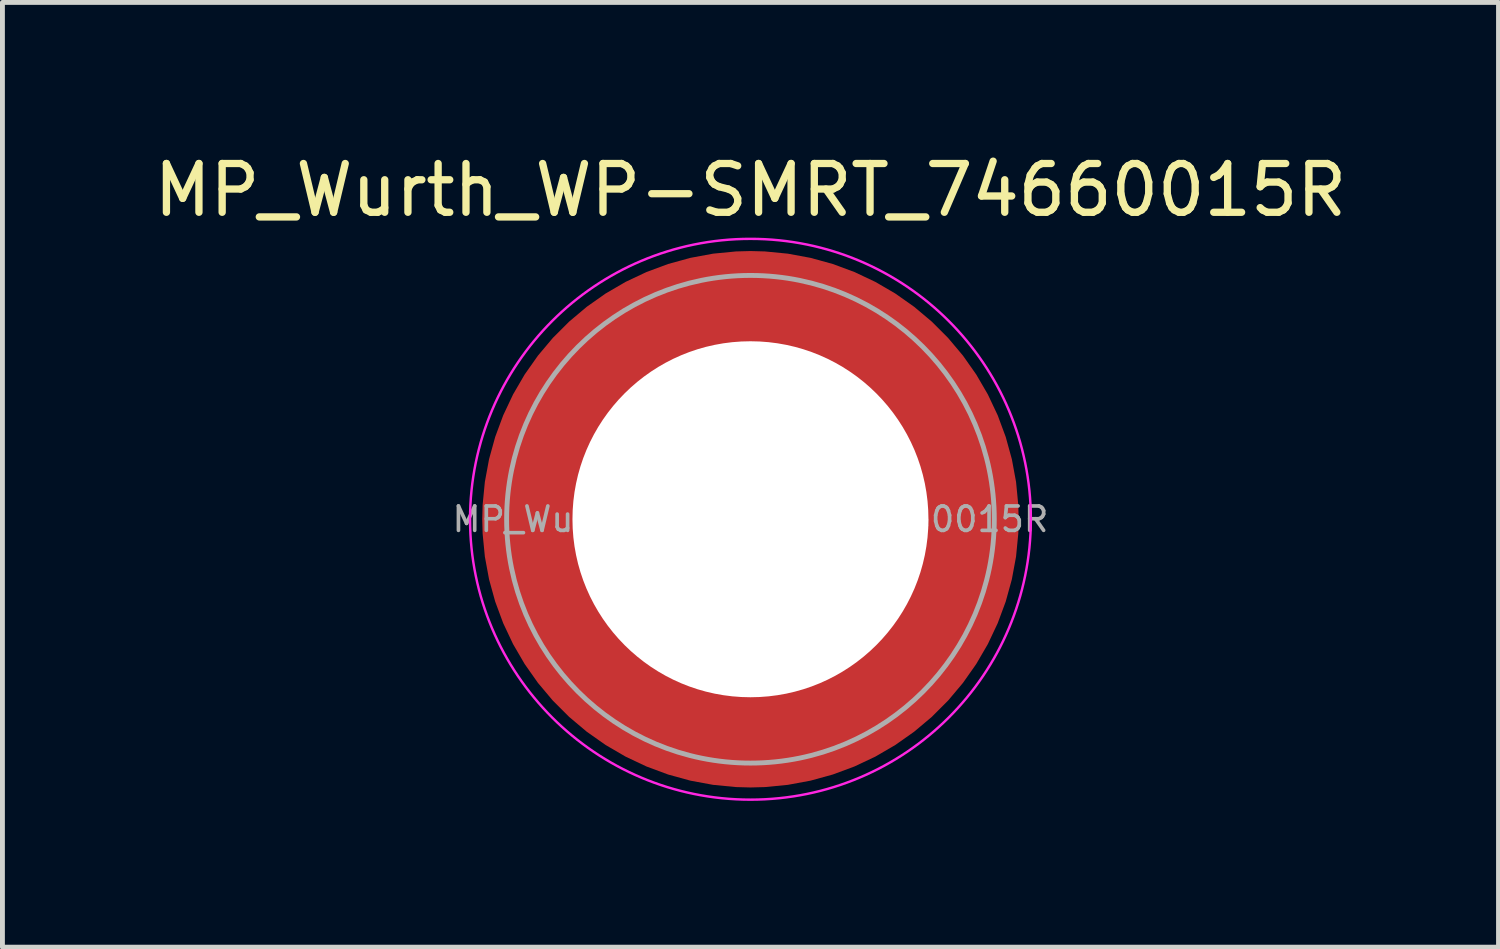
<source format=kicad_pcb>
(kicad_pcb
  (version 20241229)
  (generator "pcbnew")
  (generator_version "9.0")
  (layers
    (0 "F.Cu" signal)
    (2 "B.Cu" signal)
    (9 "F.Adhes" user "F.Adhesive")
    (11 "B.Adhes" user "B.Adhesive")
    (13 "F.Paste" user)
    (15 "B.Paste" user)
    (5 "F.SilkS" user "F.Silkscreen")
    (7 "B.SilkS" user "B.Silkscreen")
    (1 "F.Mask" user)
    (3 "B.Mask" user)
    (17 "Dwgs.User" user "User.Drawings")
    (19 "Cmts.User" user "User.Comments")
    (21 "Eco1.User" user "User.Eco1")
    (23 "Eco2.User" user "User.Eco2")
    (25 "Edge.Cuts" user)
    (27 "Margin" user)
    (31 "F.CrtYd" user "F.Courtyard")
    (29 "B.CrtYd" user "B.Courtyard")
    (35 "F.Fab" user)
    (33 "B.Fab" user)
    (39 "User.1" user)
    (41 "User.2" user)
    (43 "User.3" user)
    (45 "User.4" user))
  (footprint "MP_Wurth_WP-SMRT_74660015R"
    (layer "F.Cu")
    (at 12.339 7.598)
    (property "Reference" "MP_Wurth_WP-SMRT_74660015R" (at 0 -6.75 0) (unlocked yes) (layer "F.SilkS") (effects (font (size 1 1) (thickness 0.15))))
    (attr smd)
    (fp_poly (pts (xy -5.374 0.495) (xy -3.712 0.495) (xy -3.706 0.54) (xy -3.698 0.587) (xy -3.679 0.701) (xy -3.666 0.761) (xy -3.645 0.859) (xy -3.621 0.955) (xy -3.581 1.094) (xy -3.554 1.179) (xy -3.525 1.264) (xy -3.486 1.367) (xy -3.442 1.474) (xy -3.404 1.559) (xy -3.355 1.665) (xy -3.317 1.739) (xy -3.28 1.807) (xy -3.239 1.881) (xy -3.202 1.943) (xy -3.15 2.025) (xy -3.1 2.1) (xy -3.057 2.164) (xy -3.009 2.228) (xy -3.009 2.228) (xy -2.974 2.277) (xy -2.928 2.336) (xy -2.881 2.392) (xy -2.832 2.451) (xy -2.781 2.507) (xy -2.735 2.559) (xy -2.685 2.61) (xy -2.629 2.665) (xy -2.563 2.731) (xy -2.498 2.789) (xy -2.431 2.849) (xy -2.363 2.905) (xy -2.295 2.96) (xy -2.249 2.994) (xy -2.184 3.042) (xy -2.075 3.118) (xy -2.005 3.162) (xy -2.005 3.162) (xy -1.946 3.201) (xy -1.869 3.245) (xy -1.752 3.31) (xy -1.596 3.386) (xy -1.406 3.472) (xy -1.17 3.557) (xy -0.924 3.63) (xy -0.71 3.677) (xy -0.614 3.694) (xy -0.495 3.712) (xy -0.495 5.381) (xy -0.527 5.38) (xy -0.528 5.38) (xy -0.578 5.374) (xy -0.634 5.367) (xy -0.685 5.361) (xy -0.739 5.354) (xy -0.785 5.348) (xy -0.785 5.348) (xy -0.962 5.318) (xy -0.962 5.318) (xy -1.127 5.286) (xy -1.127 5.286) (xy -1.266 5.254) (xy -1.41 5.218) (xy -1.41 5.218) (xy -1.523 5.186) (xy -1.524 5.186) (xy -1.769 5.107) (xy -1.769 5.107) (xy -1.878 5.068) (xy -1.979 5.03) (xy -1.979 5.03) (xy -2.095 4.983) (xy -2.095 4.983) (xy -2.19 4.94) (xy -2.304 4.891) (xy -2.304 4.89) (xy -2.592 4.743) (xy -2.593 4.743) (xy -2.748 4.652) (xy -2.902 4.559) (xy -2.902 4.559) (xy -3.098 4.43) (xy -3.098 4.43) (xy -3.513 4.104) (xy -3.513 4.104) (xy -3.72 3.923) (xy -3.721 3.922) (xy -4.008 3.627) (xy -4.008 3.627) (xy -4.192 3.411) (xy -4.192 3.411) (xy -4.38 3.172) (xy -4.38 3.172) (xy -4.602 2.839) (xy -4.602 2.838) (xy -4.778 2.531) (xy -4.778 2.531) (xy -4.905 2.271) (xy -4.906 2.271) (xy -5.048 1.942) (xy -5.048 1.942) (xy -5.146 1.662) (xy -5.146 1.661) (xy -5.221 1.405) (xy -5.221 1.405) (xy -5.263 1.233) (xy -5.263 1.233) (xy -5.292 1.1) (xy -5.292 1.1) (xy -5.322 0.945) (xy -5.343 0.834) (xy -5.343 0.834) (xy -5.355 0.725) (xy -5.371 0.616) (xy -5.371 0.615) (xy -5.378 0.537) (xy -5.383 0.49)) (stroke (width 0) (type default)) (fill yes) (layer "F.Paste"))
    (fp_poly (pts (xy -0.495 -5.374) (xy -0.495 -3.712) (xy -0.54 -3.706) (xy -0.587 -3.698) (xy -0.701 -3.679) (xy -0.761 -3.666) (xy -0.859 -3.645) (xy -0.955 -3.621) (xy -1.094 -3.581) (xy -1.179 -3.554) (xy -1.264 -3.525) (xy -1.367 -3.486) (xy -1.474 -3.442) (xy -1.559 -3.404) (xy -1.665 -3.355) (xy -1.739 -3.317) (xy -1.807 -3.28) (xy -1.881 -3.239) (xy -1.943 -3.202) (xy -2.025 -3.15) (xy -2.1 -3.1) (xy -2.164 -3.057) (xy -2.228 -3.009) (xy -2.228 -3.009) (xy -2.277 -2.974) (xy -2.336 -2.928) (xy -2.392 -2.881) (xy -2.451 -2.832) (xy -2.507 -2.781) (xy -2.559 -2.735) (xy -2.61 -2.685) (xy -2.665 -2.629) (xy -2.731 -2.563) (xy -2.789 -2.498) (xy -2.849 -2.431) (xy -2.905 -2.363) (xy -2.96 -2.295) (xy -2.994 -2.249) (xy -3.042 -2.184) (xy -3.118 -2.075) (xy -3.162 -2.005) (xy -3.162 -2.005) (xy -3.201 -1.946) (xy -3.245 -1.869) (xy -3.31 -1.752) (xy -3.386 -1.596) (xy -3.472 -1.406) (xy -3.557 -1.17) (xy -3.63 -0.924) (xy -3.677 -0.71) (xy -3.694 -0.614) (xy -3.712 -0.495) (xy -5.381 -0.495) (xy -5.38 -0.527) (xy -5.38 -0.528) (xy -5.374 -0.578) (xy -5.367 -0.634) (xy -5.361 -0.685) (xy -5.354 -0.739) (xy -5.348 -0.785) (xy -5.348 -0.785) (xy -5.318 -0.962) (xy -5.318 -0.962) (xy -5.286 -1.127) (xy -5.286 -1.127) (xy -5.254 -1.266) (xy -5.218 -1.41) (xy -5.218 -1.41) (xy -5.186 -1.523) (xy -5.186 -1.524) (xy -5.107 -1.769) (xy -5.107 -1.769) (xy -5.068 -1.878) (xy -5.03 -1.979) (xy -5.03 -1.979) (xy -4.983 -2.095) (xy -4.983 -2.095) (xy -4.94 -2.19) (xy -4.891 -2.304) (xy -4.89 -2.304) (xy -4.743 -2.592) (xy -4.743 -2.593) (xy -4.652 -2.748) (xy -4.559 -2.902) (xy -4.559 -2.902) (xy -4.43 -3.098) (xy -4.43 -3.098) (xy -4.104 -3.513) (xy -4.104 -3.513) (xy -3.923 -3.72) (xy -3.922 -3.721) (xy -3.627 -4.008) (xy -3.627 -4.008) (xy -3.411 -4.192) (xy -3.411 -4.192) (xy -3.172 -4.38) (xy -3.172 -4.38) (xy -2.839 -4.602) (xy -2.838 -4.602) (xy -2.531 -4.778) (xy -2.531 -4.778) (xy -2.271 -4.905) (xy -2.271 -4.906) (xy -1.942 -5.048) (xy -1.942 -5.048) (xy -1.662 -5.146) (xy -1.661 -5.146) (xy -1.405 -5.221) (xy -1.405 -5.221) (xy -1.233 -5.263) (xy -1.233 -5.263) (xy -1.1 -5.292) (xy -1.1 -5.292) (xy -0.945 -5.322) (xy -0.834 -5.343) (xy -0.834 -5.343) (xy -0.725 -5.355) (xy -0.616 -5.371) (xy -0.615 -5.371) (xy -0.537 -5.378) (xy -0.49 -5.383)) (stroke (width 0) (type default)) (fill yes) (layer "F.Paste"))
    (fp_poly (pts (xy 0.527 -5.38) (xy 0.528 -5.38) (xy 0.578 -5.374) (xy 0.634 -5.367) (xy 0.685 -5.361) (xy 0.739 -5.354) (xy 0.785 -5.348) (xy 0.785 -5.348) (xy 0.962 -5.318) (xy 0.962 -5.318) (xy 1.127 -5.286) (xy 1.127 -5.286) (xy 1.266 -5.254) (xy 1.41 -5.218) (xy 1.41 -5.218) (xy 1.523 -5.186) (xy 1.524 -5.186) (xy 1.769 -5.107) (xy 1.769 -5.107) (xy 1.878 -5.068) (xy 1.979 -5.03) (xy 1.979 -5.03) (xy 2.095 -4.983) (xy 2.095 -4.983) (xy 2.19 -4.94) (xy 2.304 -4.891) (xy 2.304 -4.89) (xy 2.592 -4.743) (xy 2.593 -4.743) (xy 2.748 -4.652) (xy 2.902 -4.559) (xy 2.902 -4.559) (xy 3.098 -4.43) (xy 3.098 -4.43) (xy 3.513 -4.104) (xy 3.513 -4.104) (xy 3.72 -3.923) (xy 3.721 -3.922) (xy 4.008 -3.627) (xy 4.008 -3.627) (xy 4.192 -3.411) (xy 4.192 -3.411) (xy 4.38 -3.172) (xy 4.38 -3.172) (xy 4.602 -2.839) (xy 4.602 -2.838) (xy 4.778 -2.531) (xy 4.778 -2.531) (xy 4.905 -2.271) (xy 4.906 -2.271) (xy 5.048 -1.942) (xy 5.048 -1.942) (xy 5.146 -1.662) (xy 5.146 -1.661) (xy 5.221 -1.405) (xy 5.221 -1.405) (xy 5.263 -1.233) (xy 5.263 -1.233) (xy 5.292 -1.1) (xy 5.292 -1.1) (xy 5.322 -0.945) (xy 5.343 -0.834) (xy 5.343 -0.834) (xy 5.355 -0.725) (xy 5.371 -0.616) (xy 5.371 -0.615) (xy 5.378 -0.537) (xy 5.383 -0.49) (xy 5.374 -0.495) (xy 3.712 -0.495) (xy 3.706 -0.54) (xy 3.698 -0.587) (xy 3.679 -0.701) (xy 3.666 -0.761) (xy 3.645 -0.859) (xy 3.621 -0.955) (xy 3.581 -1.094) (xy 3.554 -1.179) (xy 3.525 -1.264) (xy 3.486 -1.367) (xy 3.442 -1.474) (xy 3.404 -1.559) (xy 3.355 -1.665) (xy 3.317 -1.739) (xy 3.28 -1.807) (xy 3.239 -1.881) (xy 3.202 -1.943) (xy 3.15 -2.025) (xy 3.1 -2.1) (xy 3.057 -2.164) (xy 3.009 -2.228) (xy 3.009 -2.228) (xy 2.974 -2.277) (xy 2.928 -2.336) (xy 2.881 -2.392) (xy 2.832 -2.451) (xy 2.781 -2.507) (xy 2.735 -2.559) (xy 2.685 -2.61) (xy 2.629 -2.665) (xy 2.563 -2.731) (xy 2.498 -2.789) (xy 2.431 -2.849) (xy 2.363 -2.905) (xy 2.295 -2.96) (xy 2.249 -2.994) (xy 2.184 -3.042) (xy 2.075 -3.118) (xy 2.005 -3.162) (xy 2.005 -3.162) (xy 1.946 -3.201) (xy 1.869 -3.245) (xy 1.752 -3.31) (xy 1.596 -3.386) (xy 1.406 -3.472) (xy 1.17 -3.557) (xy 0.924 -3.63) (xy 0.71 -3.677) (xy 0.614 -3.694) (xy 0.495 -3.712) (xy 0.495 -5.381)) (stroke (width 0) (type default)) (fill yes) (layer "F.Paste"))
    (fp_poly (pts (xy 5.38 0.527) (xy 5.38 0.528) (xy 5.374 0.578) (xy 5.367 0.634) (xy 5.361 0.685) (xy 5.354 0.739) (xy 5.348 0.785) (xy 5.348 0.785) (xy 5.318 0.962) (xy 5.318 0.962) (xy 5.286 1.127) (xy 5.286 1.127) (xy 5.254 1.266) (xy 5.218 1.41) (xy 5.218 1.41) (xy 5.186 1.523) (xy 5.186 1.524) (xy 5.107 1.769) (xy 5.107 1.769) (xy 5.068 1.878) (xy 5.03 1.979) (xy 5.03 1.979) (xy 4.983 2.095) (xy 4.983 2.095) (xy 4.94 2.19) (xy 4.891 2.304) (xy 4.89 2.304) (xy 4.743 2.592) (xy 4.743 2.593) (xy 4.652 2.748) (xy 4.559 2.902) (xy 4.559 2.902) (xy 4.43 3.098) (xy 4.43 3.098) (xy 4.104 3.513) (xy 4.104 3.513) (xy 3.923 3.72) (xy 3.922 3.721) (xy 3.627 4.008) (xy 3.627 4.008) (xy 3.411 4.192) (xy 3.411 4.192) (xy 3.172 4.38) (xy 3.172 4.38) (xy 2.839 4.602) (xy 2.838 4.602) (xy 2.531 4.778) (xy 2.531 4.778) (xy 2.271 4.905) (xy 2.271 4.906) (xy 1.942 5.048) (xy 1.942 5.048) (xy 1.662 5.146) (xy 1.661 5.146) (xy 1.405 5.221) (xy 1.405 5.221) (xy 1.233 5.263) (xy 1.233 5.263) (xy 1.1 5.292) (xy 1.1 5.292) (xy 0.945 5.322) (xy 0.834 5.343) (xy 0.834 5.343) (xy 0.725 5.355) (xy 0.616 5.371) (xy 0.615 5.371) (xy 0.537 5.378) (xy 0.49 5.383) (xy 0.495 5.374) (xy 0.495 3.712) (xy 0.54 3.706) (xy 0.587 3.698) (xy 0.701 3.679) (xy 0.761 3.666) (xy 0.859 3.645) (xy 0.955 3.621) (xy 1.094 3.581) (xy 1.179 3.554) (xy 1.264 3.525) (xy 1.367 3.486) (xy 1.474 3.442) (xy 1.559 3.404) (xy 1.665 3.355) (xy 1.739 3.317) (xy 1.807 3.28) (xy 1.881 3.239) (xy 1.943 3.202) (xy 2.025 3.15) (xy 2.1 3.1) (xy 2.164 3.057) (xy 2.228 3.009) (xy 2.228 3.009) (xy 2.277 2.974) (xy 2.336 2.928) (xy 2.392 2.881) (xy 2.451 2.832) (xy 2.507 2.781) (xy 2.559 2.735) (xy 2.61 2.685) (xy 2.665 2.629) (xy 2.731 2.563) (xy 2.789 2.498) (xy 2.849 2.431) (xy 2.905 2.363) (xy 2.96 2.295) (xy 2.994 2.249) (xy 3.042 2.184) (xy 3.118 2.075) (xy 3.162 2.005) (xy 3.162 2.005) (xy 3.201 1.946) (xy 3.245 1.869) (xy 3.31 1.752) (xy 3.386 1.596) (xy 3.472 1.406) (xy 3.557 1.17) (xy 3.63 0.924) (xy 3.677 0.71) (xy 3.694 0.614) (xy 3.712 0.495) (xy 5.381 0.495)) (stroke (width 0) (type default)) (fill yes) (layer "F.Paste"))
    (fp_circle (center 0 0) (end 5.75 0) (stroke (width 0.05) (type solid)) (fill no) (layer "F.CrtYd"))
    (fp_circle (center 0 0) (end 5 0) (stroke (width 0.1) (type solid)) (fill no) (layer "F.Fab"))
    (fp_text user "${REFERENCE}" (at 0 0 0) (unlocked yes) (layer "F.Fab") (effects (font (size 0.5 0.5) (thickness 0.075))))
    (pad "" np_thru_hole circle (at 0 0) (size 7.3 7.3) (drill 7.3) (layers "*.Cu" "*.Mask"))
    (pad "1" smd roundrect (at 0 0) (size 11 11) (layers "F.Cu" "F.Mask") (roundrect_rratio 0.5)))
  (gr_rect
    (start -3 -3)
    (end 27.679 16.373)
    (stroke (width 0.1) (type default))
    (fill no)
    (layer "Edge.Cuts")))
</source>
